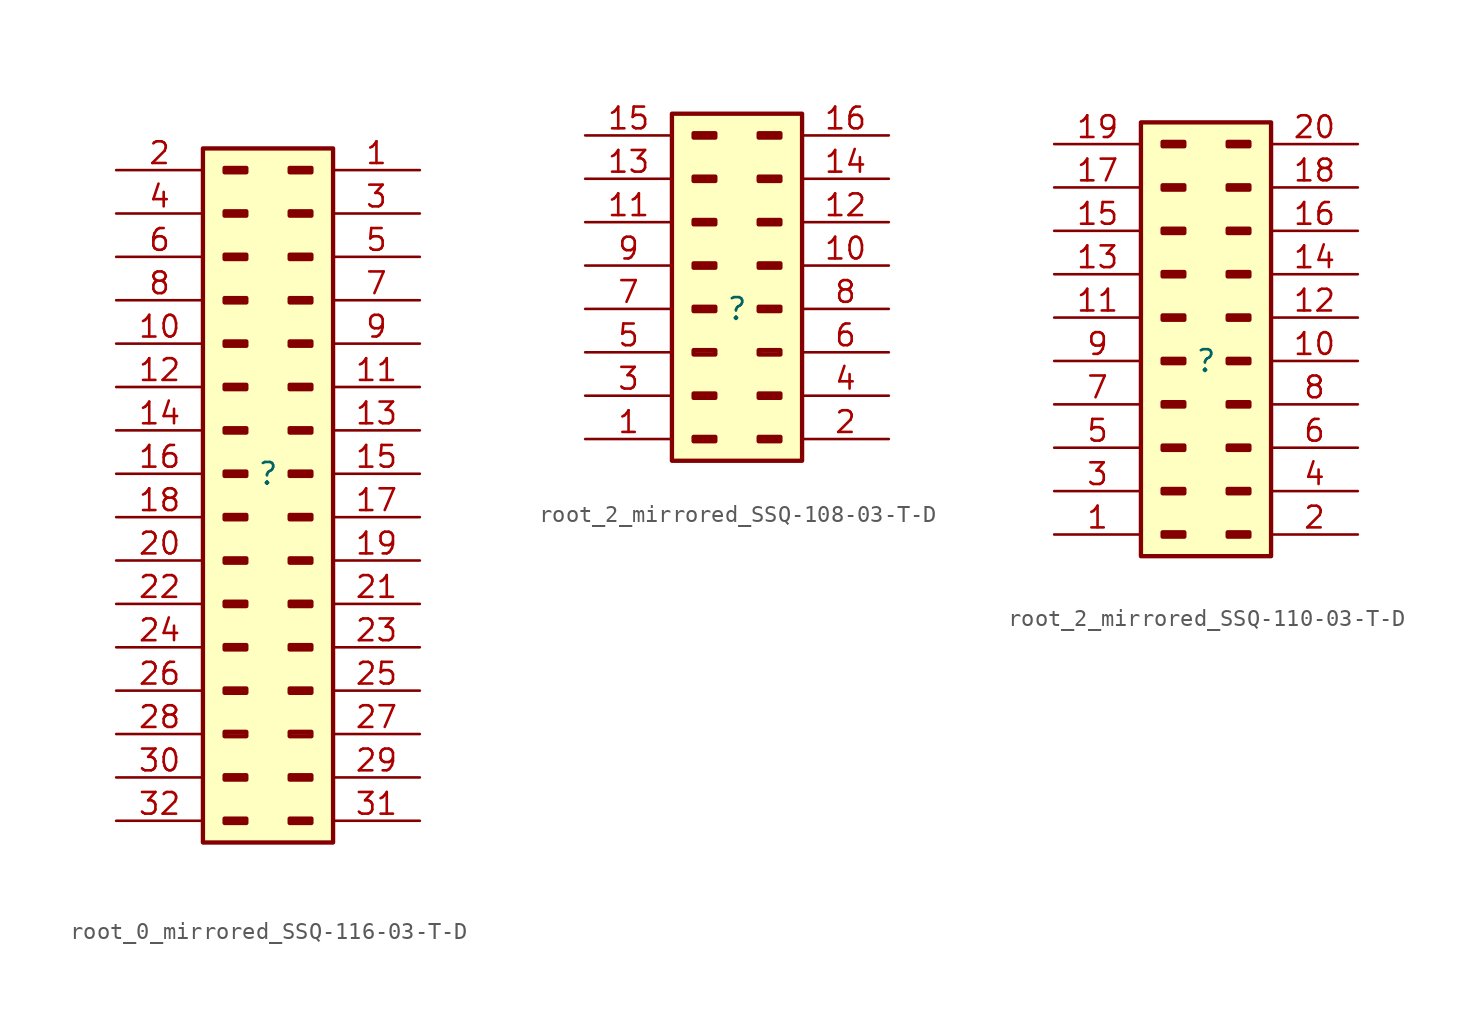
<source format=kicad_sym>
(kicad_symbol_lib
  (version 20220914)
  (generator kicad_symbol_editor)
  (symbol "root_0_mirrored_SSQ-116-03-T-D"
    (property "Reference" ""
      (at 0 0 0)
      (effects (font (size 1.27 1.27))))
    (property "Value" ""
      (at 0 0 0)
      (effects (font (size 1.27 1.27))))
    (symbol "root_0_mirrored_SSQ-116-03-T-D_1_0"
      (rectangle (start -1.27 -20.193) (end -2.54 -20.447) (stroke (width 0.254) (type solid)) (fill (type none)))
      (rectangle (start -1.27 -17.653) (end -2.54 -17.907) (stroke (width 0.254) (type solid)) (fill (type none)))
      (rectangle (start -1.27 -15.113) (end -2.54 -15.367) (stroke (width 0.254) (type solid)) (fill (type none)))
      (rectangle (start -1.27 -12.573) (end -2.54 -12.827) (stroke (width 0.254) (type solid)) (fill (type none)))
      (rectangle (start -1.27 -10.033) (end -2.54 -10.287) (stroke (width 0.254) (type solid)) (fill (type none)))
      (rectangle (start -1.27 -7.493) (end -2.54 -7.747) (stroke (width 0.254) (type solid)) (fill (type none)))
      (rectangle (start -1.27 -4.953) (end -2.54 -5.207) (stroke (width 0.254) (type solid)) (fill (type none)))
      (rectangle (start -1.27 -2.413) (end -2.54 -2.667) (stroke (width 0.254) (type solid)) (fill (type none)))
      (rectangle (start -1.27 0.127) (end -2.54 -0.127) (stroke (width 0.254) (type solid)) (fill (type none)))
      (rectangle (start -1.27 2.667) (end -2.54 2.413) (stroke (width 0.254) (type solid)) (fill (type none)))
      (rectangle (start -1.27 5.207) (end -2.54 4.953) (stroke (width 0.254) (type solid)) (fill (type none)))
      (rectangle (start -1.27 7.747) (end -2.54 7.493) (stroke (width 0.254) (type solid)) (fill (type none)))
      (rectangle (start -1.27 10.287) (end -2.54 10.033) (stroke (width 0.254) (type solid)) (fill (type none)))
      (rectangle (start -1.27 12.827) (end -2.54 12.573) (stroke (width 0.254) (type solid)) (fill (type none)))
      (rectangle (start -1.27 15.367) (end -2.54 15.113) (stroke (width 0.254) (type solid)) (fill (type none)))
      (rectangle (start -1.27 17.907) (end -2.54 17.653) (stroke (width 0.254) (type solid)) (fill (type none)))
      (rectangle (start 2.54 -20.193) (end 1.27 -20.447) (stroke (width 0.254) (type solid)) (fill (type none)))
      (rectangle (start 2.54 -17.653) (end 1.27 -17.907) (stroke (width 0.254) (type solid)) (fill (type none)))
      (rectangle (start 2.54 -15.113) (end 1.27 -15.367) (stroke (width 0.254) (type solid)) (fill (type none)))
      (rectangle (start 2.54 -12.573) (end 1.27 -12.827) (stroke (width 0.254) (type solid)) (fill (type none)))
      (rectangle (start 2.54 -10.033) (end 1.27 -10.287) (stroke (width 0.254) (type solid)) (fill (type none)))
      (rectangle (start 2.54 -7.493) (end 1.27 -7.747) (stroke (width 0.254) (type solid)) (fill (type none)))
      (rectangle (start 2.54 -4.953) (end 1.27 -5.207) (stroke (width 0.254) (type solid)) (fill (type none)))
      (rectangle (start 2.54 -2.413) (end 1.27 -2.667) (stroke (width 0.254) (type solid)) (fill (type none)))
      (rectangle (start 2.54 0.127) (end 1.27 -0.127) (stroke (width 0.254) (type solid)) (fill (type none)))
      (rectangle (start 2.54 2.667) (end 1.27 2.413) (stroke (width 0.254) (type solid)) (fill (type none)))
      (rectangle (start 2.54 5.207) (end 1.27 4.953) (stroke (width 0.254) (type solid)) (fill (type none)))
      (rectangle (start 2.54 7.747) (end 1.27 7.493) (stroke (width 0.254) (type solid)) (fill (type none)))
      (rectangle (start 2.54 10.287) (end 1.27 10.033) (stroke (width 0.254) (type solid)) (fill (type none)))
      (rectangle (start 2.54 12.827) (end 1.27 12.573) (stroke (width 0.254) (type solid)) (fill (type none)))
      (rectangle (start 2.54 15.367) (end 1.27 15.113) (stroke (width 0.254) (type solid)) (fill (type none)))
      (rectangle (start 2.54 17.907) (end 1.27 17.653) (stroke (width 0.254) (type solid)) (fill (type none)))
      (rectangle (start 3.81 19.05) (end -3.81 -21.59) (stroke (width 0.254) (type solid)) (fill (type background)))
      (pin passive line (at 8.89 17.78 180) (length 5.08) (name "Pin_1" (effects (font (size 0 0)))) (number "1" (effects (font (size 1.27 1.27)))))
      (pin passive line (at -8.89 7.62 0) (length 5.08) (name "Pin_10" (effects (font (size 0 0)))) (number "10" (effects (font (size 1.27 1.27)))))
      (pin passive line (at 8.89 5.08 180) (length 5.08) (name "Pin_11" (effects (font (size 0 0)))) (number "11" (effects (font (size 1.27 1.27)))))
      (pin passive line (at -8.89 5.08 0) (length 5.08) (name "Pin_12" (effects (font (size 0 0)))) (number "12" (effects (font (size 1.27 1.27)))))
      (pin passive line (at 8.89 2.54 180) (length 5.08) (name "Pin_13" (effects (font (size 0 0)))) (number "13" (effects (font (size 1.27 1.27)))))
      (pin passive line (at -8.89 2.54 0) (length 5.08) (name "Pin_14" (effects (font (size 0 0)))) (number "14" (effects (font (size 1.27 1.27)))))
      (pin passive line (at 8.89 0 180) (length 5.08) (name "Pin_15" (effects (font (size 0 0)))) (number "15" (effects (font (size 1.27 1.27)))))
      (pin passive line (at -8.89 0 0) (length 5.08) (name "Pin_16" (effects (font (size 0 0)))) (number "16" (effects (font (size 1.27 1.27)))))
      (pin passive line (at 8.89 -2.54 180) (length 5.08) (name "Pin_17" (effects (font (size 0 0)))) (number "17" (effects (font (size 1.27 1.27)))))
      (pin passive line (at -8.89 -2.54 0) (length 5.08) (name "Pin_18" (effects (font (size 0 0)))) (number "18" (effects (font (size 1.27 1.27)))))
      (pin passive line (at 8.89 -5.08 180) (length 5.08) (name "Pin_19" (effects (font (size 0 0)))) (number "19" (effects (font (size 1.27 1.27)))))
      (pin passive line (at -8.89 17.78 0) (length 5.08) (name "Pin_2" (effects (font (size 0 0)))) (number "2" (effects (font (size 1.27 1.27)))))
      (pin passive line (at -8.89 -5.08 0) (length 5.08) (name "Pin_20" (effects (font (size 0 0)))) (number "20" (effects (font (size 1.27 1.27)))))
      (pin passive line (at 8.89 -7.62 180) (length 5.08) (name "Pin_21" (effects (font (size 0 0)))) (number "21" (effects (font (size 1.27 1.27)))))
      (pin passive line (at -8.89 -7.62 0) (length 5.08) (name "Pin_22" (effects (font (size 0 0)))) (number "22" (effects (font (size 1.27 1.27)))))
      (pin passive line (at 8.89 -10.16 180) (length 5.08) (name "Pin_23" (effects (font (size 0 0)))) (number "23" (effects (font (size 1.27 1.27)))))
      (pin passive line (at -8.89 -10.16 0) (length 5.08) (name "Pin_24" (effects (font (size 0 0)))) (number "24" (effects (font (size 1.27 1.27)))))
      (pin passive line (at 8.89 -12.7 180) (length 5.08) (name "Pin_25" (effects (font (size 0 0)))) (number "25" (effects (font (size 1.27 1.27)))))
      (pin passive line (at -8.89 -12.7 0) (length 5.08) (name "Pin_26" (effects (font (size 0 0)))) (number "26" (effects (font (size 1.27 1.27)))))
      (pin passive line (at 8.89 -15.24 180) (length 5.08) (name "Pin_27" (effects (font (size 0 0)))) (number "27" (effects (font (size 1.27 1.27)))))
      (pin passive line (at -8.89 -15.24 0) (length 5.08) (name "Pin_28" (effects (font (size 0 0)))) (number "28" (effects (font (size 1.27 1.27)))))
      (pin passive line (at 8.89 -17.78 180) (length 5.08) (name "Pin_29" (effects (font (size 0 0)))) (number "29" (effects (font (size 1.27 1.27)))))
      (pin passive line (at 8.89 15.24 180) (length 5.08) (name "Pin_3" (effects (font (size 0 0)))) (number "3" (effects (font (size 1.27 1.27)))))
      (pin passive line (at -8.89 -17.78 0) (length 5.08) (name "Pin_30" (effects (font (size 0 0)))) (number "30" (effects (font (size 1.27 1.27)))))
      (pin passive line (at 8.89 -20.32 180) (length 5.08) (name "Pin_31" (effects (font (size 0 0)))) (number "31" (effects (font (size 1.27 1.27)))))
      (pin passive line (at -8.89 -20.32 0) (length 5.08) (name "Pin_32" (effects (font (size 0 0)))) (number "32" (effects (font (size 1.27 1.27)))))
      (pin passive line (at -8.89 15.24 0) (length 5.08) (name "Pin_4" (effects (font (size 0 0)))) (number "4" (effects (font (size 1.27 1.27)))))
      (pin passive line (at 8.89 12.7 180) (length 5.08) (name "Pin_5" (effects (font (size 0 0)))) (number "5" (effects (font (size 1.27 1.27)))))
      (pin passive line (at -8.89 12.7 0) (length 5.08) (name "Pin_6" (effects (font (size 0 0)))) (number "6" (effects (font (size 1.27 1.27)))))
      (pin passive line (at 8.89 10.16 180) (length 5.08) (name "Pin_7" (effects (font (size 0 0)))) (number "7" (effects (font (size 1.27 1.27)))))
      (pin passive line (at -8.89 10.16 0) (length 5.08) (name "Pin_8" (effects (font (size 0 0)))) (number "8" (effects (font (size 1.27 1.27)))))
      (pin passive line (at 8.89 7.62 180) (length 5.08) (name "Pin_9" (effects (font (size 0 0)))) (number "9" (effects (font (size 1.27 1.27)))))))
  (symbol "root_2_mirrored_SSQ-108-03-T-D"
    (property "Reference" ""
      (at 0 0 0)
      (effects (font (size 1.27 1.27))))
    (property "Value" ""
      (at 0 0 0)
      (effects (font (size 1.27 1.27))))
    (symbol "root_2_mirrored_SSQ-108-03-T-D_1_0"
      (rectangle (start -1.27 -7.493) (end -2.54 -7.747) (stroke (width 0.254) (type solid)) (fill (type none)))
      (rectangle (start -1.27 -4.953) (end -2.54 -5.207) (stroke (width 0.254) (type solid)) (fill (type none)))
      (rectangle (start -1.27 -2.413) (end -2.54 -2.667) (stroke (width 0.254) (type solid)) (fill (type none)))
      (rectangle (start -1.27 0.127) (end -2.54 -0.127) (stroke (width 0.254) (type solid)) (fill (type none)))
      (rectangle (start -1.27 2.667) (end -2.54 2.413) (stroke (width 0.254) (type solid)) (fill (type none)))
      (rectangle (start -1.27 5.207) (end -2.54 4.953) (stroke (width 0.254) (type solid)) (fill (type none)))
      (rectangle (start -1.27 7.747) (end -2.54 7.493) (stroke (width 0.254) (type solid)) (fill (type none)))
      (rectangle (start -1.27 10.287) (end -2.54 10.033) (stroke (width 0.254) (type solid)) (fill (type none)))
      (rectangle (start 2.54 -7.493) (end 1.27 -7.747) (stroke (width 0.254) (type solid)) (fill (type none)))
      (rectangle (start 2.54 -4.953) (end 1.27 -5.207) (stroke (width 0.254) (type solid)) (fill (type none)))
      (rectangle (start 2.54 -2.413) (end 1.27 -2.667) (stroke (width 0.254) (type solid)) (fill (type none)))
      (rectangle (start 2.54 0.127) (end 1.27 -0.127) (stroke (width 0.254) (type solid)) (fill (type none)))
      (rectangle (start 2.54 2.667) (end 1.27 2.413) (stroke (width 0.254) (type solid)) (fill (type none)))
      (rectangle (start 2.54 5.207) (end 1.27 4.953) (stroke (width 0.254) (type solid)) (fill (type none)))
      (rectangle (start 2.54 7.747) (end 1.27 7.493) (stroke (width 0.254) (type solid)) (fill (type none)))
      (rectangle (start 2.54 10.287) (end 1.27 10.033) (stroke (width 0.254) (type solid)) (fill (type none)))
      (rectangle (start 3.81 11.43) (end -3.81 -8.89) (stroke (width 0.254) (type solid)) (fill (type background)))
      (pin passive line (at -8.89 -7.62 0) (length 5.08) (name "Pin_1" (effects (font (size 0 0)))) (number "1" (effects (font (size 1.27 1.27)))))
      (pin passive line (at 8.89 2.54 180) (length 5.08) (name "Pin_10" (effects (font (size 0 0)))) (number "10" (effects (font (size 1.27 1.27)))))
      (pin passive line (at -8.89 5.08 0) (length 5.08) (name "Pin_11" (effects (font (size 0 0)))) (number "11" (effects (font (size 1.27 1.27)))))
      (pin passive line (at 8.89 5.08 180) (length 5.08) (name "Pin_12" (effects (font (size 0 0)))) (number "12" (effects (font (size 1.27 1.27)))))
      (pin passive line (at -8.89 7.62 0) (length 5.08) (name "Pin_13" (effects (font (size 0 0)))) (number "13" (effects (font (size 1.27 1.27)))))
      (pin passive line (at 8.89 7.62 180) (length 5.08) (name "Pin_14" (effects (font (size 0 0)))) (number "14" (effects (font (size 1.27 1.27)))))
      (pin passive line (at -8.89 10.16 0) (length 5.08) (name "Pin_15" (effects (font (size 0 0)))) (number "15" (effects (font (size 1.27 1.27)))))
      (pin passive line (at 8.89 10.16 180) (length 5.08) (name "Pin_16" (effects (font (size 0 0)))) (number "16" (effects (font (size 1.27 1.27)))))
      (pin passive line (at 8.89 -7.62 180) (length 5.08) (name "Pin_2" (effects (font (size 0 0)))) (number "2" (effects (font (size 1.27 1.27)))))
      (pin passive line (at -8.89 -5.08 0) (length 5.08) (name "Pin_3" (effects (font (size 0 0)))) (number "3" (effects (font (size 1.27 1.27)))))
      (pin passive line (at 8.89 -5.08 180) (length 5.08) (name "Pin_4" (effects (font (size 0 0)))) (number "4" (effects (font (size 1.27 1.27)))))
      (pin passive line (at -8.89 -2.54 0) (length 5.08) (name "Pin_5" (effects (font (size 0 0)))) (number "5" (effects (font (size 1.27 1.27)))))
      (pin passive line (at 8.89 -2.54 180) (length 5.08) (name "Pin_6" (effects (font (size 0 0)))) (number "6" (effects (font (size 1.27 1.27)))))
      (pin passive line (at -8.89 0 0) (length 5.08) (name "Pin_7" (effects (font (size 0 0)))) (number "7" (effects (font (size 1.27 1.27)))))
      (pin passive line (at 8.89 0 180) (length 5.08) (name "Pin_8" (effects (font (size 0 0)))) (number "8" (effects (font (size 1.27 1.27)))))
      (pin passive line (at -8.89 2.54 0) (length 5.08) (name "Pin_9" (effects (font (size 0 0)))) (number "9" (effects (font (size 1.27 1.27)))))))
  (symbol "root_2_mirrored_SSQ-110-03-T-D"
    (property "Reference" ""
      (at 0 0 0)
      (effects (font (size 1.27 1.27))))
    (property "Value" ""
      (at 0 0 0)
      (effects (font (size 1.27 1.27))))
    (symbol "root_2_mirrored_SSQ-110-03-T-D_1_0"
      (rectangle (start -1.27 -10.033) (end -2.54 -10.287) (stroke (width 0.254) (type solid)) (fill (type none)))
      (rectangle (start -1.27 -7.493) (end -2.54 -7.747) (stroke (width 0.254) (type solid)) (fill (type none)))
      (rectangle (start -1.27 -4.953) (end -2.54 -5.207) (stroke (width 0.254) (type solid)) (fill (type none)))
      (rectangle (start -1.27 -2.413) (end -2.54 -2.667) (stroke (width 0.254) (type solid)) (fill (type none)))
      (rectangle (start -1.27 0.127) (end -2.54 -0.127) (stroke (width 0.254) (type solid)) (fill (type none)))
      (rectangle (start -1.27 2.667) (end -2.54 2.413) (stroke (width 0.254) (type solid)) (fill (type none)))
      (rectangle (start -1.27 5.207) (end -2.54 4.953) (stroke (width 0.254) (type solid)) (fill (type none)))
      (rectangle (start -1.27 7.747) (end -2.54 7.493) (stroke (width 0.254) (type solid)) (fill (type none)))
      (rectangle (start -1.27 10.287) (end -2.54 10.033) (stroke (width 0.254) (type solid)) (fill (type none)))
      (rectangle (start -1.27 12.827) (end -2.54 12.573) (stroke (width 0.254) (type solid)) (fill (type none)))
      (rectangle (start 2.54 -10.033) (end 1.27 -10.287) (stroke (width 0.254) (type solid)) (fill (type none)))
      (rectangle (start 2.54 -7.493) (end 1.27 -7.747) (stroke (width 0.254) (type solid)) (fill (type none)))
      (rectangle (start 2.54 -4.953) (end 1.27 -5.207) (stroke (width 0.254) (type solid)) (fill (type none)))
      (rectangle (start 2.54 -2.413) (end 1.27 -2.667) (stroke (width 0.254) (type solid)) (fill (type none)))
      (rectangle (start 2.54 0.127) (end 1.27 -0.127) (stroke (width 0.254) (type solid)) (fill (type none)))
      (rectangle (start 2.54 2.667) (end 1.27 2.413) (stroke (width 0.254) (type solid)) (fill (type none)))
      (rectangle (start 2.54 5.207) (end 1.27 4.953) (stroke (width 0.254) (type solid)) (fill (type none)))
      (rectangle (start 2.54 7.747) (end 1.27 7.493) (stroke (width 0.254) (type solid)) (fill (type none)))
      (rectangle (start 2.54 10.287) (end 1.27 10.033) (stroke (width 0.254) (type solid)) (fill (type none)))
      (rectangle (start 2.54 12.827) (end 1.27 12.573) (stroke (width 0.254) (type solid)) (fill (type none)))
      (rectangle (start 3.81 13.97) (end -3.81 -11.43) (stroke (width 0.254) (type solid)) (fill (type background)))
      (pin passive line (at -8.89 -10.16 0) (length 5.08) (name "Pin_1" (effects (font (size 0 0)))) (number "1" (effects (font (size 1.27 1.27)))))
      (pin passive line (at 8.89 0 180) (length 5.08) (name "Pin_10" (effects (font (size 0 0)))) (number "10" (effects (font (size 1.27 1.27)))))
      (pin passive line (at -8.89 2.54 0) (length 5.08) (name "Pin_11" (effects (font (size 0 0)))) (number "11" (effects (font (size 1.27 1.27)))))
      (pin passive line (at 8.89 2.54 180) (length 5.08) (name "Pin_12" (effects (font (size 0 0)))) (number "12" (effects (font (size 1.27 1.27)))))
      (pin passive line (at -8.89 5.08 0) (length 5.08) (name "Pin_13" (effects (font (size 0 0)))) (number "13" (effects (font (size 1.27 1.27)))))
      (pin passive line (at 8.89 5.08 180) (length 5.08) (name "Pin_14" (effects (font (size 0 0)))) (number "14" (effects (font (size 1.27 1.27)))))
      (pin passive line (at -8.89 7.62 0) (length 5.08) (name "Pin_15" (effects (font (size 0 0)))) (number "15" (effects (font (size 1.27 1.27)))))
      (pin passive line (at 8.89 7.62 180) (length 5.08) (name "Pin_16" (effects (font (size 0 0)))) (number "16" (effects (font (size 1.27 1.27)))))
      (pin passive line (at -8.89 10.16 0) (length 5.08) (name "Pin_17" (effects (font (size 0 0)))) (number "17" (effects (font (size 1.27 1.27)))))
      (pin passive line (at 8.89 10.16 180) (length 5.08) (name "Pin_18" (effects (font (size 0 0)))) (number "18" (effects (font (size 1.27 1.27)))))
      (pin passive line (at -8.89 12.7 0) (length 5.08) (name "Pin_19" (effects (font (size 0 0)))) (number "19" (effects (font (size 1.27 1.27)))))
      (pin passive line (at 8.89 -10.16 180) (length 5.08) (name "Pin_2" (effects (font (size 0 0)))) (number "2" (effects (font (size 1.27 1.27)))))
      (pin passive line (at 8.89 12.7 180) (length 5.08) (name "Pin_20" (effects (font (size 0 0)))) (number "20" (effects (font (size 1.27 1.27)))))
      (pin passive line (at -8.89 -7.62 0) (length 5.08) (name "Pin_3" (effects (font (size 0 0)))) (number "3" (effects (font (size 1.27 1.27)))))
      (pin passive line (at 8.89 -7.62 180) (length 5.08) (name "Pin_4" (effects (font (size 0 0)))) (number "4" (effects (font (size 1.27 1.27)))))
      (pin passive line (at -8.89 -5.08 0) (length 5.08) (name "Pin_5" (effects (font (size 0 0)))) (number "5" (effects (font (size 1.27 1.27)))))
      (pin passive line (at 8.89 -5.08 180) (length 5.08) (name "Pin_6" (effects (font (size 0 0)))) (number "6" (effects (font (size 1.27 1.27)))))
      (pin passive line (at -8.89 -2.54 0) (length 5.08) (name "Pin_7" (effects (font (size 0 0)))) (number "7" (effects (font (size 1.27 1.27)))))
      (pin passive line (at 8.89 -2.54 180) (length 5.08) (name "Pin_8" (effects (font (size 0 0)))) (number "8" (effects (font (size 1.27 1.27)))))
      (pin passive line (at -8.89 0 0) (length 5.08) (name "Pin_9" (effects (font (size 0 0)))) (number "9" (effects (font (size 1.27 1.27))))))))
</source>
